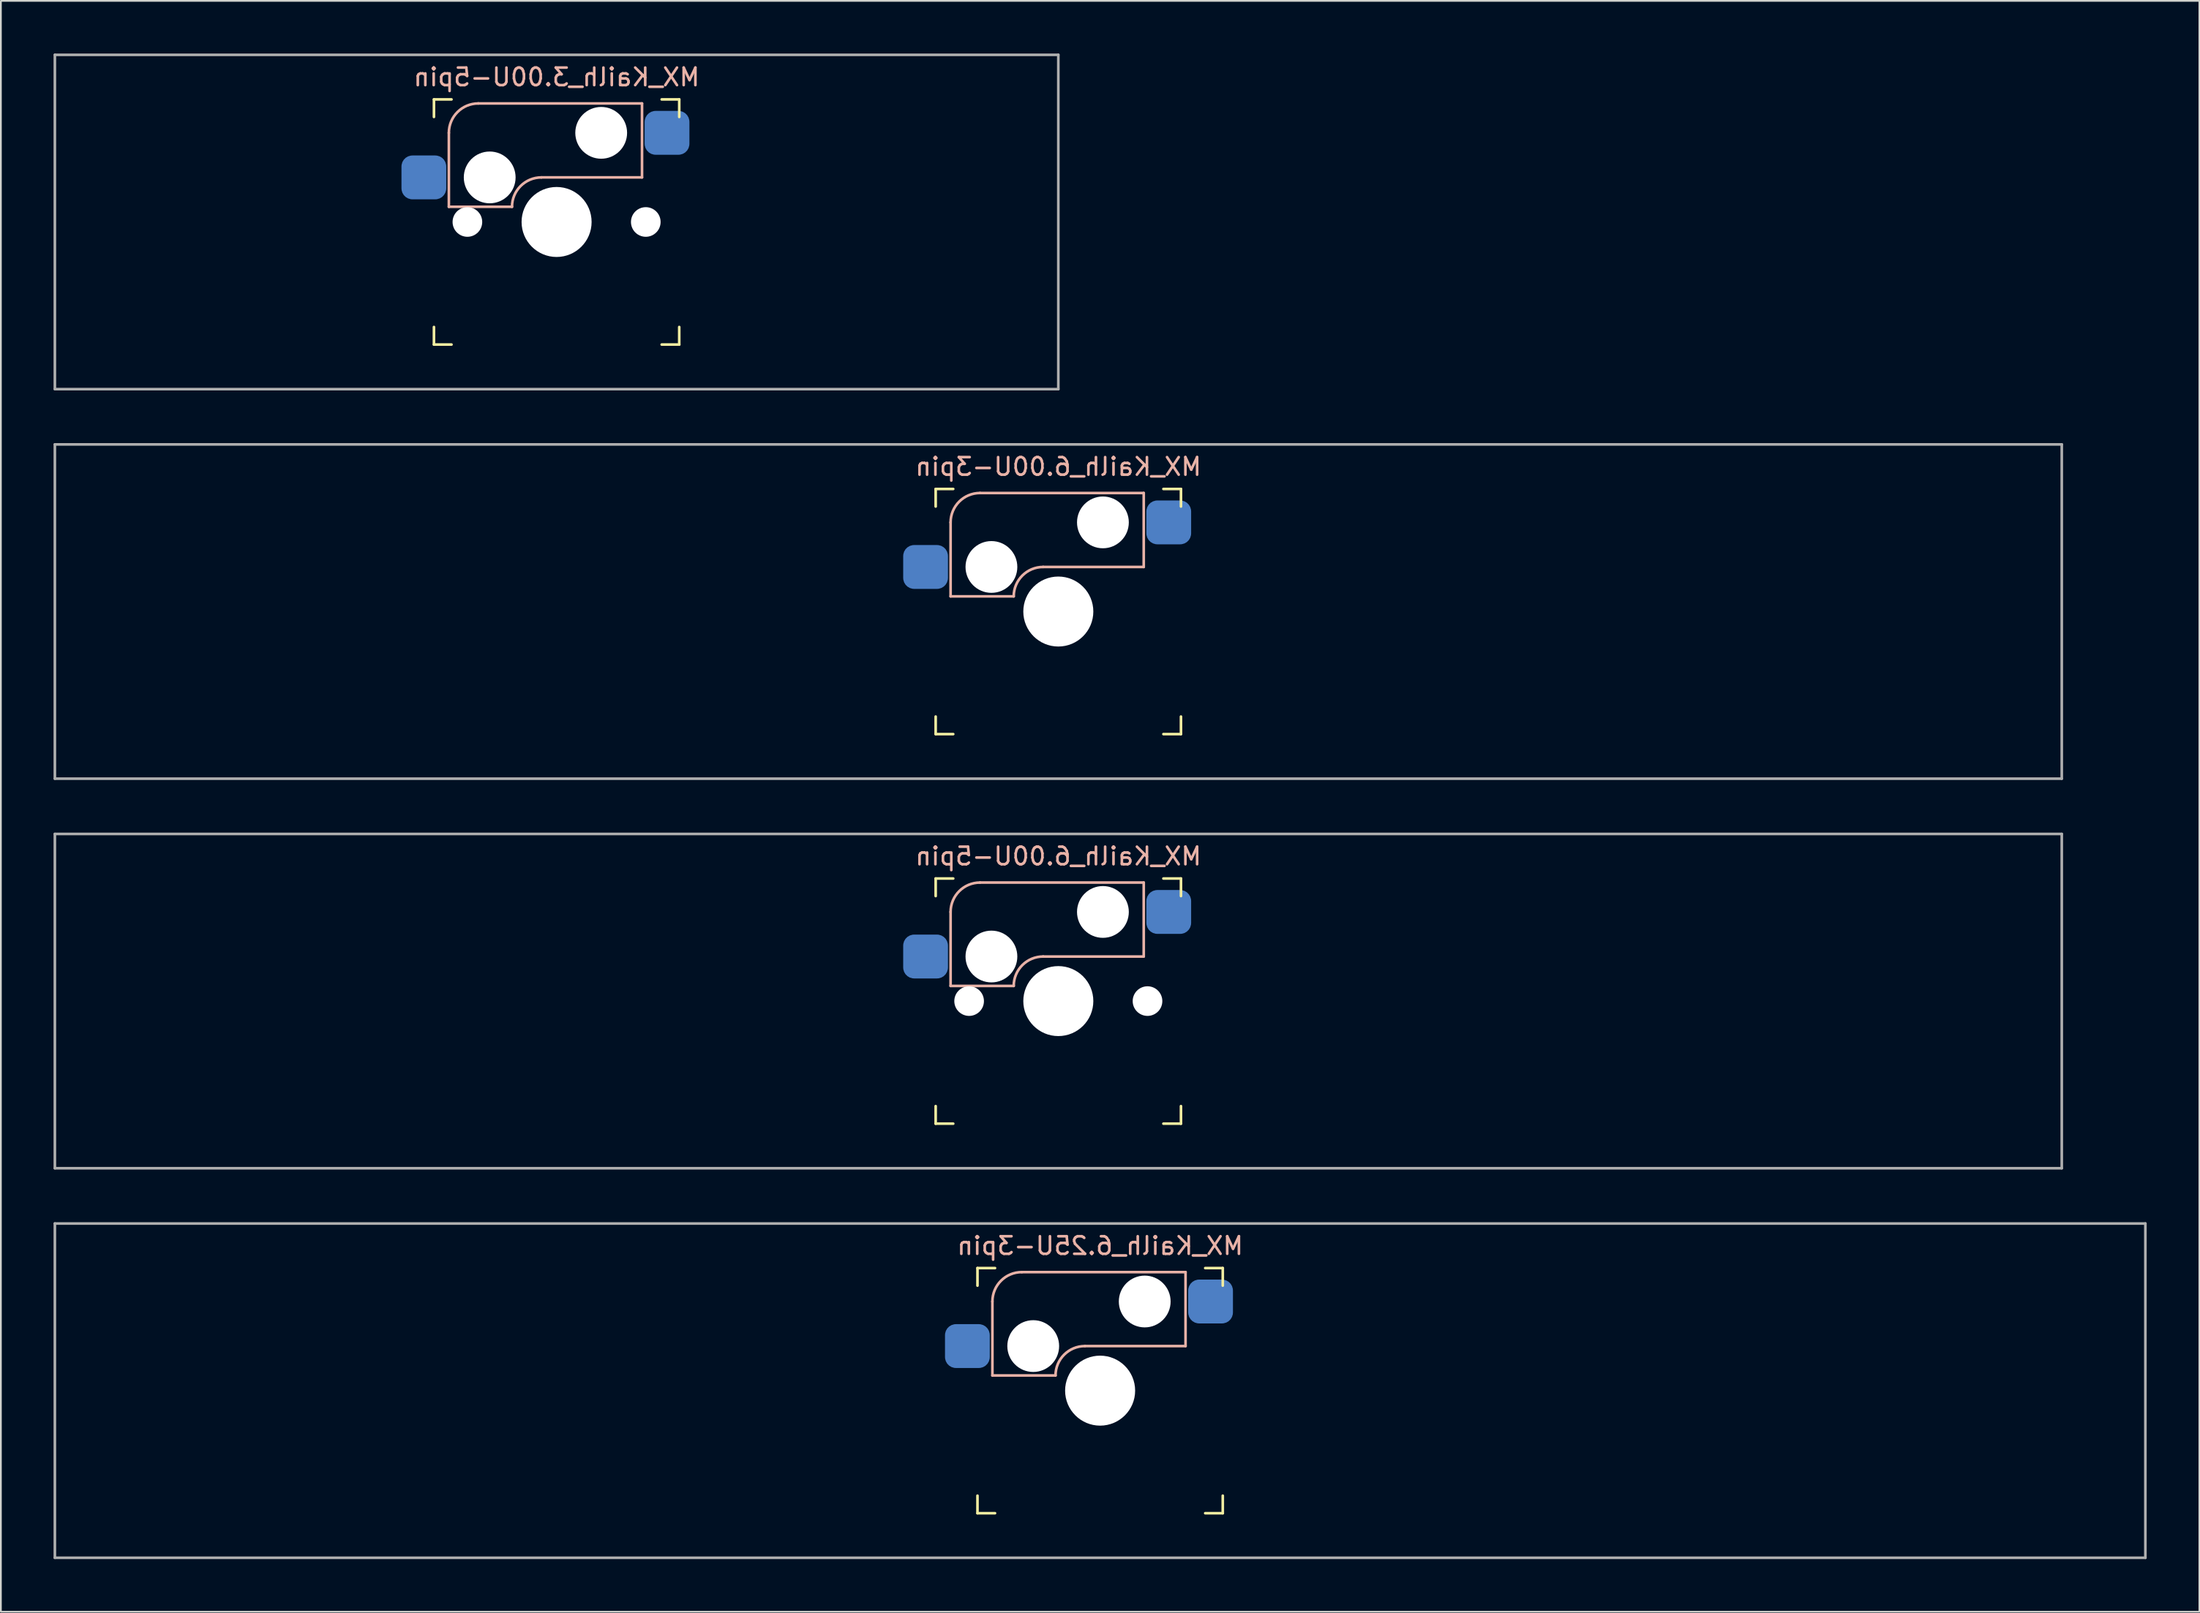
<source format=kicad_pcb>
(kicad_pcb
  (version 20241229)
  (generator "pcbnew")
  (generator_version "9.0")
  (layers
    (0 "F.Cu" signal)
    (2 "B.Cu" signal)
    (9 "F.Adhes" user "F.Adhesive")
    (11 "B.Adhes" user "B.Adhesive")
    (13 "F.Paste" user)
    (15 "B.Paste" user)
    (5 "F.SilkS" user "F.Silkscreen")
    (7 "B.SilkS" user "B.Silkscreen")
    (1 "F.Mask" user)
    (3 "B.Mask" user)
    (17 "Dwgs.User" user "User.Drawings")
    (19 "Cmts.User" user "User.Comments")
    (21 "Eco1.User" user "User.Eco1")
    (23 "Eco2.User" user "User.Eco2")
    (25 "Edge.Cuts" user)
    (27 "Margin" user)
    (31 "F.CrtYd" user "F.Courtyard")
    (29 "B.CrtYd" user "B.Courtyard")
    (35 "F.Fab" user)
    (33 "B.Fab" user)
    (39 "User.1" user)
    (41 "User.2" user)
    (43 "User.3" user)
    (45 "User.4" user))
  (footprint "MX_Kailh_3.00U-5pin"
    (layer "F.Cu")
    (at 28.65 9.6)
    (property "Reference" "MX_Kailh_3.00U-5pin" (at 0 -8.255 0) (layer "B.SilkS") (effects (font (size 1 1) (thickness 0.15)) (justify mirror)))
    (attr smd)
    (fp_line (start -6.985 -5.985) (end -6.985 -6.985) (stroke (width 0.15) (type solid)) (layer "F.SilkS"))
    (fp_line (start -6.985 6.985) (end -6.985 5.985) (stroke (width 0.15) (type solid)) (layer "F.SilkS"))
    (fp_line (start -6.985 6.985) (end -5.985 6.985) (stroke (width 0.15) (type solid)) (layer "F.SilkS"))
    (fp_line (start -5.985 -6.985) (end -6.985 -6.985) (stroke (width 0.15) (type solid)) (layer "F.SilkS"))
    (fp_line (start 5.985 6.985) (end 6.985 6.985) (stroke (width 0.15) (type solid)) (layer "F.SilkS"))
    (fp_line (start 6.985 -6.985) (end 5.985 -6.985) (stroke (width 0.15) (type solid)) (layer "F.SilkS"))
    (fp_line (start 6.985 -6.985) (end 6.985 -5.985) (stroke (width 0.15) (type solid)) (layer "F.SilkS"))
    (fp_line (start 6.985 5.985) (end 6.985 6.985) (stroke (width 0.15) (type solid)) (layer "F.SilkS"))
    (fp_line (start -6.135 -5.08) (end -6.135 -0.865) (stroke (width 0.15) (type solid)) (layer "B.SilkS"))
    (fp_line (start -6.135 -0.865) (end -2.54 -0.865) (stroke (width 0.15) (type solid)) (layer "B.SilkS"))
    (fp_line (start -4.46 -6.755) (end 4.865 -6.755) (stroke (width 0.15) (type solid)) (layer "B.SilkS"))
    (fp_line (start -0.865 -2.54) (end 4.865 -2.54) (stroke (width 0.15) (type solid)) (layer "B.SilkS"))
    (fp_line (start 4.865 -6.755) (end 4.865 -2.54) (stroke (width 0.15) (type solid)) (layer "B.SilkS"))
    (fp_arc (start -6.135 -5.08) (mid -5.644404 -6.264404) (end -4.46 -6.755) (stroke (width 0.15) (type solid)) (layer "B.SilkS"))
    (fp_arc (start -2.54 -0.865) (mid -2.049404 -2.049404) (end -0.865 -2.54) (stroke (width 0.15) (type solid)) (layer "B.SilkS"))
    (fp_line (start -6.985 6.985) (end -6.985 -6.985) (stroke (width 0.15) (type solid)) (layer "Eco2.User"))
    (fp_line (start -6.985 6.985) (end 6.985 6.985) (stroke (width 0.15) (type solid)) (layer "Eco2.User"))
    (fp_line (start 6.985 -6.985) (end -6.985 -6.985) (stroke (width 0.15) (type solid)) (layer "Eco2.User"))
    (fp_line (start 6.985 -6.985) (end 6.985 6.985) (stroke (width 0.15) (type solid)) (layer "Eco2.User"))
    (fp_line (start -28.575 -9.525) (end 28.575 -9.525) (stroke (width 0.15) (type solid)) (layer "F.Fab"))
    (fp_line (start -28.575 9.525) (end -28.575 -9.525) (stroke (width 0.15) (type solid)) (layer "F.Fab"))
    (fp_line (start 28.575 -9.525) (end 28.575 9.525) (stroke (width 0.15) (type solid)) (layer "F.Fab"))
    (fp_line (start 28.575 9.525) (end -28.575 9.525) (stroke (width 0.15) (type solid)) (layer "F.Fab"))
    (pad "" np_thru_hole circle (at -5.08 0) (size 1.688 1.688) (drill 1.688) (layers "*.Cu" "*.Mask"))
    (pad "" np_thru_hole circle (at -3.81 -2.54) (size 2.95 2.95) (drill 2.95) (layers "*.Cu" "*.Mask"))
    (pad "" np_thru_hole circle (at 0 0) (size 3.988 3.988) (drill 3.988) (layers "*.Cu" "*.Mask"))
    (pad "" np_thru_hole circle (at 2.54 -5.08) (size 2.95 2.95) (drill 2.95) (layers "*.Cu" "*.Mask"))
    (pad "" np_thru_hole circle (at 5.08 0) (size 1.688 1.688) (drill 1.688) (layers "*.Cu" "*.Mask"))
    (pad "1" smd roundrect (at 6.29 -5.08) (size 2.55 2.5) (layers "B.Cu" "B.Mask" "B.Paste") (roundrect_rratio 0.25))
    (pad "2" smd roundrect (at -7.56 -2.54) (size 2.55 2.5) (layers "B.Cu" "B.Mask" "B.Paste") (roundrect_rratio 0.25)))
  (footprint "MX_Kailh_6.25U-3pin"
    (layer "F.Cu")
    (at 59.606 76.2)
    (property "Reference" "MX_Kailh_6.25U-3pin" (at 0 -8.255 0) (layer "B.SilkS") (effects (font (size 1 1) (thickness 0.15)) (justify mirror)))
    (attr smd)
    (fp_line (start -6.985 -5.985) (end -6.985 -6.985) (stroke (width 0.15) (type solid)) (layer "F.SilkS"))
    (fp_line (start -6.985 6.985) (end -6.985 5.985) (stroke (width 0.15) (type solid)) (layer "F.SilkS"))
    (fp_line (start -6.985 6.985) (end -5.985 6.985) (stroke (width 0.15) (type solid)) (layer "F.SilkS"))
    (fp_line (start -5.985 -6.985) (end -6.985 -6.985) (stroke (width 0.15) (type solid)) (layer "F.SilkS"))
    (fp_line (start 5.985 6.985) (end 6.985 6.985) (stroke (width 0.15) (type solid)) (layer "F.SilkS"))
    (fp_line (start 6.985 -6.985) (end 5.985 -6.985) (stroke (width 0.15) (type solid)) (layer "F.SilkS"))
    (fp_line (start 6.985 -6.985) (end 6.985 -5.985) (stroke (width 0.15) (type solid)) (layer "F.SilkS"))
    (fp_line (start 6.985 5.985) (end 6.985 6.985) (stroke (width 0.15) (type solid)) (layer "F.SilkS"))
    (fp_line (start -6.135 -5.08) (end -6.135 -0.865) (stroke (width 0.15) (type solid)) (layer "B.SilkS"))
    (fp_line (start -6.135 -0.865) (end -2.54 -0.865) (stroke (width 0.15) (type solid)) (layer "B.SilkS"))
    (fp_line (start -4.46 -6.755) (end 4.865 -6.755) (stroke (width 0.15) (type solid)) (layer "B.SilkS"))
    (fp_line (start -0.865 -2.54) (end 4.865 -2.54) (stroke (width 0.15) (type solid)) (layer "B.SilkS"))
    (fp_line (start 4.865 -6.755) (end 4.865 -2.54) (stroke (width 0.15) (type solid)) (layer "B.SilkS"))
    (fp_arc (start -6.135 -5.08) (mid -5.644404 -6.264404) (end -4.46 -6.755) (stroke (width 0.15) (type solid)) (layer "B.SilkS"))
    (fp_arc (start -2.54 -0.865) (mid -2.049404 -2.049404) (end -0.865 -2.54) (stroke (width 0.15) (type solid)) (layer "B.SilkS"))
    (fp_line (start -6.985 6.985) (end -6.985 -6.985) (stroke (width 0.15) (type solid)) (layer "Eco2.User"))
    (fp_line (start -6.985 6.985) (end 6.985 6.985) (stroke (width 0.15) (type solid)) (layer "Eco2.User"))
    (fp_line (start 6.985 -6.985) (end -6.985 -6.985) (stroke (width 0.15) (type solid)) (layer "Eco2.User"))
    (fp_line (start 6.985 -6.985) (end 6.985 6.985) (stroke (width 0.15) (type solid)) (layer "Eco2.User"))
    (fp_line (start -59.531 -9.525) (end 59.531 -9.525) (stroke (width 0.15) (type solid)) (layer "F.Fab"))
    (fp_line (start -59.531 9.525) (end -59.531 -9.525) (stroke (width 0.15) (type solid)) (layer "F.Fab"))
    (fp_line (start 59.531 -9.525) (end 59.531 9.525) (stroke (width 0.15) (type solid)) (layer "F.Fab"))
    (fp_line (start 59.531 9.525) (end -59.531 9.525) (stroke (width 0.15) (type solid)) (layer "F.Fab"))
    (pad "" np_thru_hole circle (at -3.81 -2.54) (size 2.95 2.95) (drill 2.95) (layers "*.Cu" "*.Mask"))
    (pad "" np_thru_hole circle (at 0 0) (size 3.988 3.988) (drill 3.988) (layers "*.Cu" "*.Mask"))
    (pad "" np_thru_hole circle (at 2.54 -5.08) (size 2.95 2.95) (drill 2.95) (layers "*.Cu" "*.Mask"))
    (pad "1" smd roundrect (at 6.29 -5.08) (size 2.55 2.5) (layers "B.Cu" "B.Mask" "B.Paste") (roundrect_rratio 0.25))
    (pad "2" smd roundrect (at -7.56 -2.54) (size 2.55 2.5) (layers "B.Cu" "B.Mask" "B.Paste") (roundrect_rratio 0.25)))
  (footprint "MX_Kailh_6.00U-5pin"
    (layer "F.Cu")
    (at 57.225 54)
    (property "Reference" "MX_Kailh_6.00U-5pin" (at 0 -8.255 0) (layer "B.SilkS") (effects (font (size 1 1) (thickness 0.15)) (justify mirror)))
    (attr smd)
    (fp_line (start -6.985 -5.985) (end -6.985 -6.985) (stroke (width 0.15) (type solid)) (layer "F.SilkS"))
    (fp_line (start -6.985 6.985) (end -6.985 5.985) (stroke (width 0.15) (type solid)) (layer "F.SilkS"))
    (fp_line (start -6.985 6.985) (end -5.985 6.985) (stroke (width 0.15) (type solid)) (layer "F.SilkS"))
    (fp_line (start -5.985 -6.985) (end -6.985 -6.985) (stroke (width 0.15) (type solid)) (layer "F.SilkS"))
    (fp_line (start 5.985 6.985) (end 6.985 6.985) (stroke (width 0.15) (type solid)) (layer "F.SilkS"))
    (fp_line (start 6.985 -6.985) (end 5.985 -6.985) (stroke (width 0.15) (type solid)) (layer "F.SilkS"))
    (fp_line (start 6.985 -6.985) (end 6.985 -5.985) (stroke (width 0.15) (type solid)) (layer "F.SilkS"))
    (fp_line (start 6.985 5.985) (end 6.985 6.985) (stroke (width 0.15) (type solid)) (layer "F.SilkS"))
    (fp_line (start -6.135 -5.08) (end -6.135 -0.865) (stroke (width 0.15) (type solid)) (layer "B.SilkS"))
    (fp_line (start -6.135 -0.865) (end -2.54 -0.865) (stroke (width 0.15) (type solid)) (layer "B.SilkS"))
    (fp_line (start -4.46 -6.755) (end 4.865 -6.755) (stroke (width 0.15) (type solid)) (layer "B.SilkS"))
    (fp_line (start -0.865 -2.54) (end 4.865 -2.54) (stroke (width 0.15) (type solid)) (layer "B.SilkS"))
    (fp_line (start 4.865 -6.755) (end 4.865 -2.54) (stroke (width 0.15) (type solid)) (layer "B.SilkS"))
    (fp_arc (start -6.135 -5.08) (mid -5.644404 -6.264404) (end -4.46 -6.755) (stroke (width 0.15) (type solid)) (layer "B.SilkS"))
    (fp_arc (start -2.54 -0.865) (mid -2.049404 -2.049404) (end -0.865 -2.54) (stroke (width 0.15) (type solid)) (layer "B.SilkS"))
    (fp_line (start -6.985 6.985) (end -6.985 -6.985) (stroke (width 0.15) (type solid)) (layer "Eco2.User"))
    (fp_line (start -6.985 6.985) (end 6.985 6.985) (stroke (width 0.15) (type solid)) (layer "Eco2.User"))
    (fp_line (start 6.985 -6.985) (end -6.985 -6.985) (stroke (width 0.15) (type solid)) (layer "Eco2.User"))
    (fp_line (start 6.985 -6.985) (end 6.985 6.985) (stroke (width 0.15) (type solid)) (layer "Eco2.User"))
    (fp_line (start -57.15 -9.525) (end 57.15 -9.525) (stroke (width 0.15) (type solid)) (layer "F.Fab"))
    (fp_line (start -57.15 9.525) (end -57.15 -9.525) (stroke (width 0.15) (type solid)) (layer "F.Fab"))
    (fp_line (start 57.15 -9.525) (end 57.15 9.525) (stroke (width 0.15) (type solid)) (layer "F.Fab"))
    (fp_line (start 57.15 9.525) (end -57.15 9.525) (stroke (width 0.15) (type solid)) (layer "F.Fab"))
    (pad "" np_thru_hole circle (at -5.08 0) (size 1.688 1.688) (drill 1.688) (layers "*.Cu" "*.Mask"))
    (pad "" np_thru_hole circle (at -3.81 -2.54) (size 2.95 2.95) (drill 2.95) (layers "*.Cu" "*.Mask"))
    (pad "" np_thru_hole circle (at 0 0) (size 3.988 3.988) (drill 3.988) (layers "*.Cu" "*.Mask"))
    (pad "" np_thru_hole circle (at 2.54 -5.08) (size 2.95 2.95) (drill 2.95) (layers "*.Cu" "*.Mask"))
    (pad "" np_thru_hole circle (at 5.08 0) (size 1.688 1.688) (drill 1.688) (layers "*.Cu" "*.Mask"))
    (pad "1" smd roundrect (at 6.29 -5.08) (size 2.55 2.5) (layers "B.Cu" "B.Mask" "B.Paste") (roundrect_rratio 0.25))
    (pad "2" smd roundrect (at -7.56 -2.54) (size 2.55 2.5) (layers "B.Cu" "B.Mask" "B.Paste") (roundrect_rratio 0.25)))
  (footprint "MX_Kailh_6.00U-3pin"
    (layer "F.Cu")
    (at 57.225 31.8)
    (property "Reference" "MX_Kailh_6.00U-3pin" (at 0 -8.255 0) (layer "B.SilkS") (effects (font (size 1 1) (thickness 0.15)) (justify mirror)))
    (attr smd)
    (fp_line (start -6.985 -5.985) (end -6.985 -6.985) (stroke (width 0.15) (type solid)) (layer "F.SilkS"))
    (fp_line (start -6.985 6.985) (end -6.985 5.985) (stroke (width 0.15) (type solid)) (layer "F.SilkS"))
    (fp_line (start -6.985 6.985) (end -5.985 6.985) (stroke (width 0.15) (type solid)) (layer "F.SilkS"))
    (fp_line (start -5.985 -6.985) (end -6.985 -6.985) (stroke (width 0.15) (type solid)) (layer "F.SilkS"))
    (fp_line (start 5.985 6.985) (end 6.985 6.985) (stroke (width 0.15) (type solid)) (layer "F.SilkS"))
    (fp_line (start 6.985 -6.985) (end 5.985 -6.985) (stroke (width 0.15) (type solid)) (layer "F.SilkS"))
    (fp_line (start 6.985 -6.985) (end 6.985 -5.985) (stroke (width 0.15) (type solid)) (layer "F.SilkS"))
    (fp_line (start 6.985 5.985) (end 6.985 6.985) (stroke (width 0.15) (type solid)) (layer "F.SilkS"))
    (fp_line (start -6.135 -5.08) (end -6.135 -0.865) (stroke (width 0.15) (type solid)) (layer "B.SilkS"))
    (fp_line (start -6.135 -0.865) (end -2.54 -0.865) (stroke (width 0.15) (type solid)) (layer "B.SilkS"))
    (fp_line (start -4.46 -6.755) (end 4.865 -6.755) (stroke (width 0.15) (type solid)) (layer "B.SilkS"))
    (fp_line (start -0.865 -2.54) (end 4.865 -2.54) (stroke (width 0.15) (type solid)) (layer "B.SilkS"))
    (fp_line (start 4.865 -6.755) (end 4.865 -2.54) (stroke (width 0.15) (type solid)) (layer "B.SilkS"))
    (fp_arc (start -6.135 -5.08) (mid -5.644404 -6.264404) (end -4.46 -6.755) (stroke (width 0.15) (type solid)) (layer "B.SilkS"))
    (fp_arc (start -2.54 -0.865) (mid -2.049404 -2.049404) (end -0.865 -2.54) (stroke (width 0.15) (type solid)) (layer "B.SilkS"))
    (fp_line (start -6.985 6.985) (end -6.985 -6.985) (stroke (width 0.15) (type solid)) (layer "Eco2.User"))
    (fp_line (start -6.985 6.985) (end 6.985 6.985) (stroke (width 0.15) (type solid)) (layer "Eco2.User"))
    (fp_line (start 6.985 -6.985) (end -6.985 -6.985) (stroke (width 0.15) (type solid)) (layer "Eco2.User"))
    (fp_line (start 6.985 -6.985) (end 6.985 6.985) (stroke (width 0.15) (type solid)) (layer "Eco2.User"))
    (fp_line (start -57.15 -9.525) (end 57.15 -9.525) (stroke (width 0.15) (type solid)) (layer "F.Fab"))
    (fp_line (start -57.15 9.525) (end -57.15 -9.525) (stroke (width 0.15) (type solid)) (layer "F.Fab"))
    (fp_line (start 57.15 -9.525) (end 57.15 9.525) (stroke (width 0.15) (type solid)) (layer "F.Fab"))
    (fp_line (start 57.15 9.525) (end -57.15 9.525) (stroke (width 0.15) (type solid)) (layer "F.Fab"))
    (pad "" np_thru_hole circle (at -3.81 -2.54) (size 2.95 2.95) (drill 2.95) (layers "*.Cu" "*.Mask"))
    (pad "" np_thru_hole circle (at 0 0) (size 3.988 3.988) (drill 3.988) (layers "*.Cu" "*.Mask"))
    (pad "" np_thru_hole circle (at 2.54 -5.08) (size 2.95 2.95) (drill 2.95) (layers "*.Cu" "*.Mask"))
    (pad "1" smd roundrect (at 6.29 -5.08) (size 2.55 2.5) (layers "B.Cu" "B.Mask" "B.Paste") (roundrect_rratio 0.25))
    (pad "2" smd roundrect (at -7.56 -2.54) (size 2.55 2.5) (layers "B.Cu" "B.Mask" "B.Paste") (roundrect_rratio 0.25)))
  (gr_rect
    (start -3 -3)
    (end 122.213 88.8)
    (stroke (width 0.1) (type default))
    (fill no)
    (layer "Edge.Cuts")))
</source>
